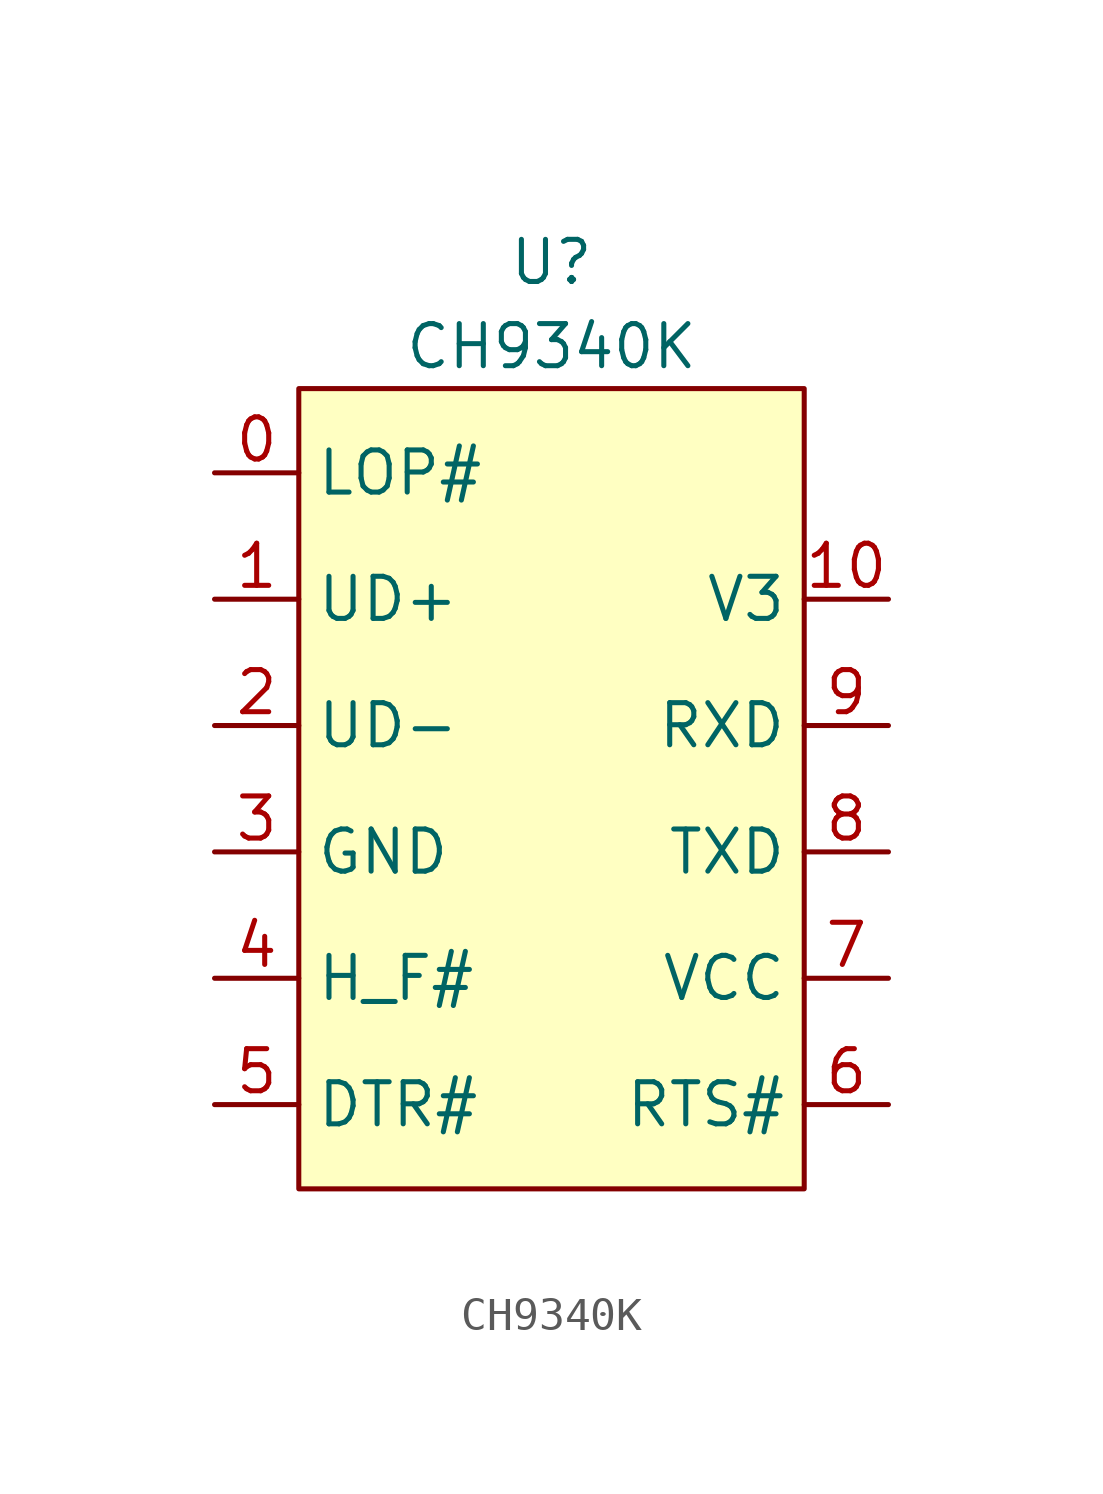
<source format=kicad_sym>
(kicad_symbol_lib
  (version 20211014)
  (generator kicad_symbol_editor)
  (symbol "MY_Usb-Ttl:CH9340K"
    (property "Reference" "U"
      (at 0 17.78 0)
      (effects (font (size 1.27 1.27))))
    (property "Value" "CH9340K"
      (at 0 15.24 0)
      (effects (font (size 1.27 1.27))))
    (symbol "CH9340K_0_1"
      (rectangle (start -7.62 13.97) (end 7.62 -10.16) (stroke (width 0.152) (type default) (color 0 0 0 0)) (fill (type background))))
    (symbol "CH9340K_1_1"
      (pin output line (at -10.16 11.43 0) (length 2.54) (name "LOP#" (effects (font (size 1.27 1.27)))) (number "0" (effects (font (size 1.27 1.27)))))
      (pin bidirectional line (at -10.16 7.62 0) (length 2.54) (name "UD+" (effects (font (size 1.27 1.27)))) (number "1" (effects (font (size 1.27 1.27)))))
      (pin power_in line (at 10.16 7.62 180) (length 2.54) (name "V3" (effects (font (size 1.27 1.27)))) (number "10" (effects (font (size 1.27 1.27)))))
      (pin bidirectional line (at -10.16 3.81 0) (length 2.54) (name "UD-" (effects (font (size 1.27 1.27)))) (number "2" (effects (font (size 1.27 1.27)))))
      (pin power_in line (at -10.16 0 0) (length 2.54) (name "GND" (effects (font (size 1.27 1.27)))) (number "3" (effects (font (size 1.27 1.27)))))
      (pin input line (at -10.16 -3.81 0) (length 2.54) (name "H_F#" (effects (font (size 1.27 1.27)))) (number "4" (effects (font (size 1.27 1.27)))))
      (pin output line (at -10.16 -7.62 0) (length 2.54) (name "DTR#" (effects (font (size 1.27 1.27)))) (number "5" (effects (font (size 1.27 1.27)))))
      (pin output line (at 10.16 -7.62 180) (length 2.54) (name "RTS#" (effects (font (size 1.27 1.27)))) (number "6" (effects (font (size 1.27 1.27)))))
      (pin power_in line (at 10.16 -3.81 180) (length 2.54) (name "VCC" (effects (font (size 1.27 1.27)))) (number "7" (effects (font (size 1.27 1.27)))))
      (pin output line (at 10.16 0 180) (length 2.54) (name "TXD" (effects (font (size 1.27 1.27)))) (number "8" (effects (font (size 1.27 1.27)))))
      (pin input line (at 10.16 3.81 180) (length 2.54) (name "RXD" (effects (font (size 1.27 1.27)))) (number "9" (effects (font (size 1.27 1.27))))))))
</source>
